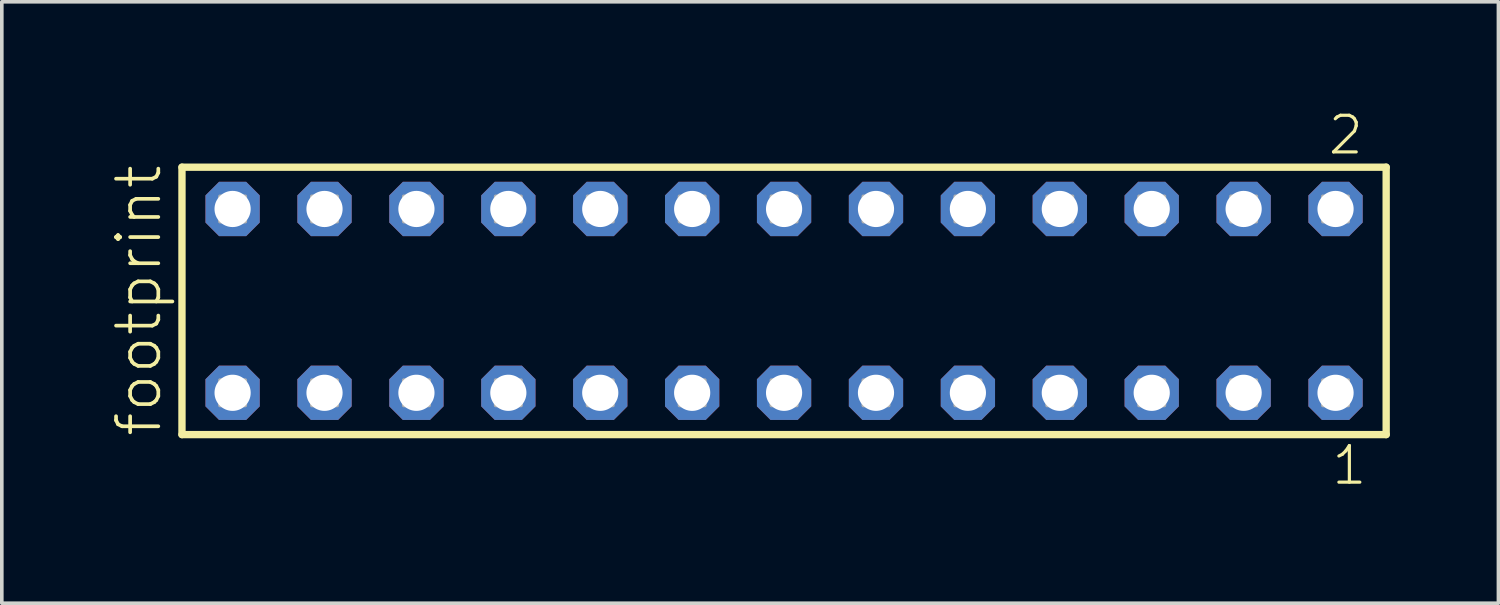
<source format=kicad_pcb>
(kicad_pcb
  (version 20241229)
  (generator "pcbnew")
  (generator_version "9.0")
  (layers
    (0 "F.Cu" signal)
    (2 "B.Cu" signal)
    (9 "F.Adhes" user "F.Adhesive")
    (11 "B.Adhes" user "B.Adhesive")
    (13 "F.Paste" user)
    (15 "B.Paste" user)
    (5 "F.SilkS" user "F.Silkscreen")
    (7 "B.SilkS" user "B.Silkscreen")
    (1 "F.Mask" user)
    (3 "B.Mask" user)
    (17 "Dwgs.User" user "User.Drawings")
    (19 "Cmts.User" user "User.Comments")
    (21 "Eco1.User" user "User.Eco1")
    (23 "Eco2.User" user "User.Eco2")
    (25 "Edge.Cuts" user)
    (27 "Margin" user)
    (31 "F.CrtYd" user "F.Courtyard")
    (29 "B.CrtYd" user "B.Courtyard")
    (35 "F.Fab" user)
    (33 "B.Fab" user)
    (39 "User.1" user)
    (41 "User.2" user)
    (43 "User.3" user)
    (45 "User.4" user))
  (footprint "footprint"
    (layer "F.Cu")
    (at 18.618 5.265)
    (property "Reference" "footprint" (at -17.145 3.81 90) (layer "F.SilkS") (effects (font (size 1.168 1.168) (thickness 0.102)) (justify left bottom)))
    (fp_line (start -16.639 -3.695) (end 16.639 -3.695) (stroke (width 0.203) (type solid)) (layer "F.SilkS"))
    (fp_line (start -16.639 3.695) (end -16.639 -3.695) (stroke (width 0.203) (type solid)) (layer "F.SilkS"))
    (fp_line (start 16.639 -3.695) (end 16.639 3.695) (stroke (width 0.203) (type solid)) (layer "F.SilkS"))
    (fp_line (start 16.639 3.695) (end -16.639 3.695) (stroke (width 0.203) (type solid)) (layer "F.SilkS"))
    (fp_poly (pts (xy -15.59 -2.19) (xy -14.89 -2.19) (xy -14.89 -2.89) (xy -15.59 -2.89)) (stroke (width 0.1) (type solid)) (fill no) (layer "F.Fab"))
    (fp_poly (pts (xy -15.59 2.89) (xy -14.89 2.89) (xy -14.89 2.19) (xy -15.59 2.19)) (stroke (width 0.1) (type solid)) (fill no) (layer "F.Fab"))
    (fp_poly (pts (xy -13.05 -2.19) (xy -12.35 -2.19) (xy -12.35 -2.89) (xy -13.05 -2.89)) (stroke (width 0.1) (type solid)) (fill no) (layer "F.Fab"))
    (fp_poly (pts (xy -13.05 2.89) (xy -12.35 2.89) (xy -12.35 2.19) (xy -13.05 2.19)) (stroke (width 0.1) (type solid)) (fill no) (layer "F.Fab"))
    (fp_poly (pts (xy -10.51 -2.19) (xy -9.81 -2.19) (xy -9.81 -2.89) (xy -10.51 -2.89)) (stroke (width 0.1) (type solid)) (fill no) (layer "F.Fab"))
    (fp_poly (pts (xy -10.51 2.89) (xy -9.81 2.89) (xy -9.81 2.19) (xy -10.51 2.19)) (stroke (width 0.1) (type solid)) (fill no) (layer "F.Fab"))
    (fp_poly (pts (xy -7.97 -2.19) (xy -7.27 -2.19) (xy -7.27 -2.89) (xy -7.97 -2.89)) (stroke (width 0.1) (type solid)) (fill no) (layer "F.Fab"))
    (fp_poly (pts (xy -7.97 2.89) (xy -7.27 2.89) (xy -7.27 2.19) (xy -7.97 2.19)) (stroke (width 0.1) (type solid)) (fill no) (layer "F.Fab"))
    (fp_poly (pts (xy -5.43 -2.19) (xy -4.73 -2.19) (xy -4.73 -2.89) (xy -5.43 -2.89)) (stroke (width 0.1) (type solid)) (fill no) (layer "F.Fab"))
    (fp_poly (pts (xy -5.43 2.89) (xy -4.73 2.89) (xy -4.73 2.19) (xy -5.43 2.19)) (stroke (width 0.1) (type solid)) (fill no) (layer "F.Fab"))
    (fp_poly (pts (xy -2.89 -2.19) (xy -2.19 -2.19) (xy -2.19 -2.89) (xy -2.89 -2.89)) (stroke (width 0.1) (type solid)) (fill no) (layer "F.Fab"))
    (fp_poly (pts (xy -2.89 2.89) (xy -2.19 2.89) (xy -2.19 2.19) (xy -2.89 2.19)) (stroke (width 0.1) (type solid)) (fill no) (layer "F.Fab"))
    (fp_poly (pts (xy -0.35 -2.19) (xy 0.35 -2.19) (xy 0.35 -2.89) (xy -0.35 -2.89)) (stroke (width 0.1) (type solid)) (fill no) (layer "F.Fab"))
    (fp_poly (pts (xy -0.35 2.89) (xy 0.35 2.89) (xy 0.35 2.19) (xy -0.35 2.19)) (stroke (width 0.1) (type solid)) (fill no) (layer "F.Fab"))
    (fp_poly (pts (xy 2.19 -2.19) (xy 2.89 -2.19) (xy 2.89 -2.89) (xy 2.19 -2.89)) (stroke (width 0.1) (type solid)) (fill no) (layer "F.Fab"))
    (fp_poly (pts (xy 2.19 2.89) (xy 2.89 2.89) (xy 2.89 2.19) (xy 2.19 2.19)) (stroke (width 0.1) (type solid)) (fill no) (layer "F.Fab"))
    (fp_poly (pts (xy 4.73 -2.19) (xy 5.43 -2.19) (xy 5.43 -2.89) (xy 4.73 -2.89)) (stroke (width 0.1) (type solid)) (fill no) (layer "F.Fab"))
    (fp_poly (pts (xy 4.73 2.89) (xy 5.43 2.89) (xy 5.43 2.19) (xy 4.73 2.19)) (stroke (width 0.1) (type solid)) (fill no) (layer "F.Fab"))
    (fp_poly (pts (xy 7.27 -2.19) (xy 7.97 -2.19) (xy 7.97 -2.89) (xy 7.27 -2.89)) (stroke (width 0.1) (type solid)) (fill no) (layer "F.Fab"))
    (fp_poly (pts (xy 7.27 2.89) (xy 7.97 2.89) (xy 7.97 2.19) (xy 7.27 2.19)) (stroke (width 0.1) (type solid)) (fill no) (layer "F.Fab"))
    (fp_poly (pts (xy 9.81 -2.19) (xy 10.51 -2.19) (xy 10.51 -2.89) (xy 9.81 -2.89)) (stroke (width 0.1) (type solid)) (fill no) (layer "F.Fab"))
    (fp_poly (pts (xy 9.81 2.89) (xy 10.51 2.89) (xy 10.51 2.19) (xy 9.81 2.19)) (stroke (width 0.1) (type solid)) (fill no) (layer "F.Fab"))
    (fp_poly (pts (xy 12.35 -2.19) (xy 13.05 -2.19) (xy 13.05 -2.89) (xy 12.35 -2.89)) (stroke (width 0.1) (type solid)) (fill no) (layer "F.Fab"))
    (fp_poly (pts (xy 12.35 2.89) (xy 13.05 2.89) (xy 13.05 2.19) (xy 12.35 2.19)) (stroke (width 0.1) (type solid)) (fill no) (layer "F.Fab"))
    (fp_poly (pts (xy 14.89 -2.19) (xy 15.59 -2.19) (xy 15.59 -2.89) (xy 14.89 -2.89)) (stroke (width 0.1) (type solid)) (fill no) (layer "F.Fab"))
    (fp_poly (pts (xy 14.89 2.89) (xy 15.59 2.89) (xy 15.59 2.19) (xy 14.89 2.19)) (stroke (width 0.1) (type solid)) (fill no) (layer "F.Fab"))
    (fp_text user "2" (at 14.982 -3.989 0) (layer "F.SilkS") (effects (font (size 1.012 1.012) (thickness 0.088)) (justify left bottom)))
    (fp_text user "1" (at 15.082 5.138 0) (layer "F.SilkS") (effects (font (size 1.012 1.012) (thickness 0.088)) (justify left bottom)))
    (pad "1" thru_hole roundrect (at 15.24 2.54 180) (size 1.5 1.5) (drill 1) (layers "*.Cu" "*.Mask") (roundrect_rratio 0.25) (chamfer_ratio 0.25) (chamfer top_left top_right bottom_left bottom_right))
    (pad "2" thru_hole roundrect (at 15.24 -2.54 180) (size 1.5 1.5) (drill 1) (layers "*.Cu" "*.Mask") (roundrect_rratio 0.25) (chamfer_ratio 0.25) (chamfer top_left top_right bottom_left bottom_right))
    (pad "3" thru_hole roundrect (at 12.7 2.54 180) (size 1.5 1.5) (drill 1) (layers "*.Cu" "*.Mask") (roundrect_rratio 0.25) (chamfer_ratio 0.25) (chamfer top_left top_right bottom_left bottom_right))
    (pad "4" thru_hole roundrect (at 12.7 -2.54 180) (size 1.5 1.5) (drill 1) (layers "*.Cu" "*.Mask") (roundrect_rratio 0.25) (chamfer_ratio 0.25) (chamfer top_left top_right bottom_left bottom_right))
    (pad "5" thru_hole roundrect (at 10.16 2.54 180) (size 1.5 1.5) (drill 1) (layers "*.Cu" "*.Mask") (roundrect_rratio 0.25) (chamfer_ratio 0.25) (chamfer top_left top_right bottom_left bottom_right))
    (pad "6" thru_hole roundrect (at 10.16 -2.54 180) (size 1.5 1.5) (drill 1) (layers "*.Cu" "*.Mask") (roundrect_rratio 0.25) (chamfer_ratio 0.25) (chamfer top_left top_right bottom_left bottom_right))
    (pad "7" thru_hole roundrect (at 7.62 2.54 180) (size 1.5 1.5) (drill 1) (layers "*.Cu" "*.Mask") (roundrect_rratio 0.25) (chamfer_ratio 0.25) (chamfer top_left top_right bottom_left bottom_right))
    (pad "8" thru_hole roundrect (at 7.62 -2.54 180) (size 1.5 1.5) (drill 1) (layers "*.Cu" "*.Mask") (roundrect_rratio 0.25) (chamfer_ratio 0.25) (chamfer top_left top_right bottom_left bottom_right))
    (pad "9" thru_hole roundrect (at 5.08 2.54 180) (size 1.5 1.5) (drill 1) (layers "*.Cu" "*.Mask") (roundrect_rratio 0.25) (chamfer_ratio 0.25) (chamfer top_left top_right bottom_left bottom_right))
    (pad "10" thru_hole roundrect (at 5.08 -2.54 180) (size 1.5 1.5) (drill 1) (layers "*.Cu" "*.Mask") (roundrect_rratio 0.25) (chamfer_ratio 0.25) (chamfer top_left top_right bottom_left bottom_right))
    (pad "11" thru_hole roundrect (at 2.54 2.54 180) (size 1.5 1.5) (drill 1) (layers "*.Cu" "*.Mask") (roundrect_rratio 0.25) (chamfer_ratio 0.25) (chamfer top_left top_right bottom_left bottom_right))
    (pad "12" thru_hole roundrect (at 2.54 -2.54 180) (size 1.5 1.5) (drill 1) (layers "*.Cu" "*.Mask") (roundrect_rratio 0.25) (chamfer_ratio 0.25) (chamfer top_left top_right bottom_left bottom_right))
    (pad "13" thru_hole roundrect (at 0 2.54 180) (size 1.5 1.5) (drill 1) (layers "*.Cu" "*.Mask") (roundrect_rratio 0.25) (chamfer_ratio 0.25) (chamfer top_left top_right bottom_left bottom_right))
    (pad "14" thru_hole roundrect (at 0 -2.54 180) (size 1.5 1.5) (drill 1) (layers "*.Cu" "*.Mask") (roundrect_rratio 0.25) (chamfer_ratio 0.25) (chamfer top_left top_right bottom_left bottom_right))
    (pad "15" thru_hole roundrect (at -2.54 2.54 180) (size 1.5 1.5) (drill 1) (layers "*.Cu" "*.Mask") (roundrect_rratio 0.25) (chamfer_ratio 0.25) (chamfer top_left top_right bottom_left bottom_right))
    (pad "16" thru_hole roundrect (at -2.54 -2.54 180) (size 1.5 1.5) (drill 1) (layers "*.Cu" "*.Mask") (roundrect_rratio 0.25) (chamfer_ratio 0.25) (chamfer top_left top_right bottom_left bottom_right))
    (pad "17" thru_hole roundrect (at -5.08 2.54 180) (size 1.5 1.5) (drill 1) (layers "*.Cu" "*.Mask") (roundrect_rratio 0.25) (chamfer_ratio 0.25) (chamfer top_left top_right bottom_left bottom_right))
    (pad "18" thru_hole roundrect (at -5.08 -2.54 180) (size 1.5 1.5) (drill 1) (layers "*.Cu" "*.Mask") (roundrect_rratio 0.25) (chamfer_ratio 0.25) (chamfer top_left top_right bottom_left bottom_right))
    (pad "19" thru_hole roundrect (at -7.62 2.54 180) (size 1.5 1.5) (drill 1) (layers "*.Cu" "*.Mask") (roundrect_rratio 0.25) (chamfer_ratio 0.25) (chamfer top_left top_right bottom_left bottom_right))
    (pad "20" thru_hole roundrect (at -7.62 -2.54 180) (size 1.5 1.5) (drill 1) (layers "*.Cu" "*.Mask") (roundrect_rratio 0.25) (chamfer_ratio 0.25) (chamfer top_left top_right bottom_left bottom_right))
    (pad "21" thru_hole roundrect (at -10.16 2.54 180) (size 1.5 1.5) (drill 1) (layers "*.Cu" "*.Mask") (roundrect_rratio 0.25) (chamfer_ratio 0.25) (chamfer top_left top_right bottom_left bottom_right))
    (pad "22" thru_hole roundrect (at -10.16 -2.54 180) (size 1.5 1.5) (drill 1) (layers "*.Cu" "*.Mask") (roundrect_rratio 0.25) (chamfer_ratio 0.25) (chamfer top_left top_right bottom_left bottom_right))
    (pad "23" thru_hole roundrect (at -12.7 2.54 180) (size 1.5 1.5) (drill 1) (layers "*.Cu" "*.Mask") (roundrect_rratio 0.25) (chamfer_ratio 0.25) (chamfer top_left top_right bottom_left bottom_right))
    (pad "24" thru_hole roundrect (at -12.7 -2.54 180) (size 1.5 1.5) (drill 1) (layers "*.Cu" "*.Mask") (roundrect_rratio 0.25) (chamfer_ratio 0.25) (chamfer top_left top_right bottom_left bottom_right))
    (pad "25" thru_hole roundrect (at -15.24 2.54 180) (size 1.5 1.5) (drill 1) (layers "*.Cu" "*.Mask") (roundrect_rratio 0.25) (chamfer_ratio 0.25) (chamfer top_left top_right bottom_left bottom_right))
    (pad "26" thru_hole roundrect (at -15.24 -2.54 180) (size 1.5 1.5) (drill 1) (layers "*.Cu" "*.Mask") (roundrect_rratio 0.25) (chamfer_ratio 0.25) (chamfer top_left top_right bottom_left bottom_right)))
  (gr_rect
    (start -3 -3)
    (end 38.359 13.62)
    (stroke (width 0.1) (type default))
    (fill no)
    (layer "Edge.Cuts")))
</source>
